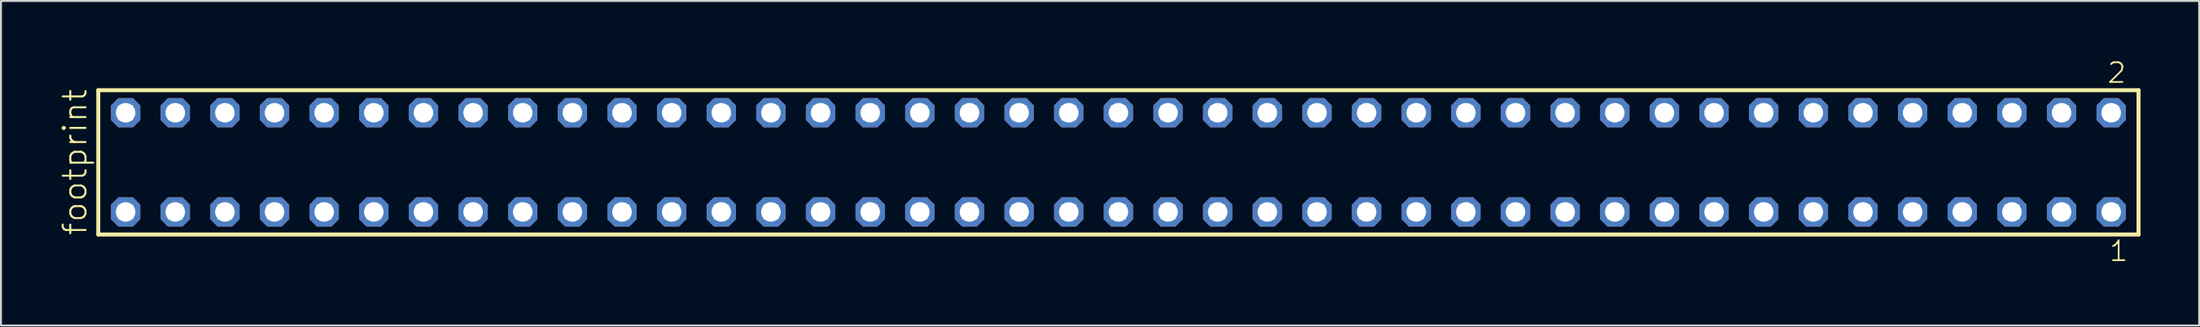
<source format=kicad_pcb>
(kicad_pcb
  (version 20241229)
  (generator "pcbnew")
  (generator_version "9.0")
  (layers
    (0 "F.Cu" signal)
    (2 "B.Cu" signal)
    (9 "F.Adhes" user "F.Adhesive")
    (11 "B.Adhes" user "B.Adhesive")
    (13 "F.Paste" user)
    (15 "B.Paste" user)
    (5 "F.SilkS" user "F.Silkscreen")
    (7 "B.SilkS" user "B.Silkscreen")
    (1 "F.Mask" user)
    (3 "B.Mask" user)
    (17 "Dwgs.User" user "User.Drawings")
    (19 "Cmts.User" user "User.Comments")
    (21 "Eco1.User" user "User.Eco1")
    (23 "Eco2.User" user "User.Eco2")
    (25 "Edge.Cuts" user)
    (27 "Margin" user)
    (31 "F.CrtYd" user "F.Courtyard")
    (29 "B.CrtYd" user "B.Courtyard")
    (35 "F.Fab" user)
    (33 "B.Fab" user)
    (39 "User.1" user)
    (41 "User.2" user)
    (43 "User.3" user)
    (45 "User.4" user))
  (footprint "footprint"
    (layer "F.Cu")
    (at 54.178 5.265)
    (property "Reference" "footprint" (at -52.705 3.81 90) (layer "F.SilkS") (effects (font (size 1.168 1.168) (thickness 0.102)) (justify left bottom)))
    (fp_line (start -52.199 -3.695) (end 52.199 -3.695) (stroke (width 0.203) (type solid)) (layer "F.SilkS"))
    (fp_line (start -52.199 3.695) (end -52.199 -3.695) (stroke (width 0.203) (type solid)) (layer "F.SilkS"))
    (fp_line (start 52.199 -3.695) (end 52.199 3.695) (stroke (width 0.203) (type solid)) (layer "F.SilkS"))
    (fp_line (start 52.199 3.695) (end -52.199 3.695) (stroke (width 0.203) (type solid)) (layer "F.SilkS"))
    (fp_poly (pts (xy -51.15 -2.19) (xy -50.45 -2.19) (xy -50.45 -2.89) (xy -51.15 -2.89)) (stroke (width 0.1) (type solid)) (fill no) (layer "F.Fab"))
    (fp_poly (pts (xy -51.15 2.89) (xy -50.45 2.89) (xy -50.45 2.19) (xy -51.15 2.19)) (stroke (width 0.1) (type solid)) (fill no) (layer "F.Fab"))
    (fp_poly (pts (xy -48.61 -2.19) (xy -47.91 -2.19) (xy -47.91 -2.89) (xy -48.61 -2.89)) (stroke (width 0.1) (type solid)) (fill no) (layer "F.Fab"))
    (fp_poly (pts (xy -48.61 2.89) (xy -47.91 2.89) (xy -47.91 2.19) (xy -48.61 2.19)) (stroke (width 0.1) (type solid)) (fill no) (layer "F.Fab"))
    (fp_poly (pts (xy -46.07 -2.19) (xy -45.37 -2.19) (xy -45.37 -2.89) (xy -46.07 -2.89)) (stroke (width 0.1) (type solid)) (fill no) (layer "F.Fab"))
    (fp_poly (pts (xy -46.07 2.89) (xy -45.37 2.89) (xy -45.37 2.19) (xy -46.07 2.19)) (stroke (width 0.1) (type solid)) (fill no) (layer "F.Fab"))
    (fp_poly (pts (xy -43.53 -2.19) (xy -42.83 -2.19) (xy -42.83 -2.89) (xy -43.53 -2.89)) (stroke (width 0.1) (type solid)) (fill no) (layer "F.Fab"))
    (fp_poly (pts (xy -43.53 2.89) (xy -42.83 2.89) (xy -42.83 2.19) (xy -43.53 2.19)) (stroke (width 0.1) (type solid)) (fill no) (layer "F.Fab"))
    (fp_poly (pts (xy -40.99 -2.19) (xy -40.29 -2.19) (xy -40.29 -2.89) (xy -40.99 -2.89)) (stroke (width 0.1) (type solid)) (fill no) (layer "F.Fab"))
    (fp_poly (pts (xy -40.99 2.89) (xy -40.29 2.89) (xy -40.29 2.19) (xy -40.99 2.19)) (stroke (width 0.1) (type solid)) (fill no) (layer "F.Fab"))
    (fp_poly (pts (xy -38.45 -2.19) (xy -37.75 -2.19) (xy -37.75 -2.89) (xy -38.45 -2.89)) (stroke (width 0.1) (type solid)) (fill no) (layer "F.Fab"))
    (fp_poly (pts (xy -38.45 2.89) (xy -37.75 2.89) (xy -37.75 2.19) (xy -38.45 2.19)) (stroke (width 0.1) (type solid)) (fill no) (layer "F.Fab"))
    (fp_poly (pts (xy -35.91 -2.19) (xy -35.21 -2.19) (xy -35.21 -2.89) (xy -35.91 -2.89)) (stroke (width 0.1) (type solid)) (fill no) (layer "F.Fab"))
    (fp_poly (pts (xy -35.91 2.89) (xy -35.21 2.89) (xy -35.21 2.19) (xy -35.91 2.19)) (stroke (width 0.1) (type solid)) (fill no) (layer "F.Fab"))
    (fp_poly (pts (xy -33.37 -2.19) (xy -32.67 -2.19) (xy -32.67 -2.89) (xy -33.37 -2.89)) (stroke (width 0.1) (type solid)) (fill no) (layer "F.Fab"))
    (fp_poly (pts (xy -33.37 2.89) (xy -32.67 2.89) (xy -32.67 2.19) (xy -33.37 2.19)) (stroke (width 0.1) (type solid)) (fill no) (layer "F.Fab"))
    (fp_poly (pts (xy -30.83 -2.19) (xy -30.13 -2.19) (xy -30.13 -2.89) (xy -30.83 -2.89)) (stroke (width 0.1) (type solid)) (fill no) (layer "F.Fab"))
    (fp_poly (pts (xy -30.83 2.89) (xy -30.13 2.89) (xy -30.13 2.19) (xy -30.83 2.19)) (stroke (width 0.1) (type solid)) (fill no) (layer "F.Fab"))
    (fp_poly (pts (xy -28.29 -2.19) (xy -27.59 -2.19) (xy -27.59 -2.89) (xy -28.29 -2.89)) (stroke (width 0.1) (type solid)) (fill no) (layer "F.Fab"))
    (fp_poly (pts (xy -28.29 2.89) (xy -27.59 2.89) (xy -27.59 2.19) (xy -28.29 2.19)) (stroke (width 0.1) (type solid)) (fill no) (layer "F.Fab"))
    (fp_poly (pts (xy -25.75 -2.19) (xy -25.05 -2.19) (xy -25.05 -2.89) (xy -25.75 -2.89)) (stroke (width 0.1) (type solid)) (fill no) (layer "F.Fab"))
    (fp_poly (pts (xy -25.75 2.89) (xy -25.05 2.89) (xy -25.05 2.19) (xy -25.75 2.19)) (stroke (width 0.1) (type solid)) (fill no) (layer "F.Fab"))
    (fp_poly (pts (xy -23.21 -2.19) (xy -22.51 -2.19) (xy -22.51 -2.89) (xy -23.21 -2.89)) (stroke (width 0.1) (type solid)) (fill no) (layer "F.Fab"))
    (fp_poly (pts (xy -23.21 2.89) (xy -22.51 2.89) (xy -22.51 2.19) (xy -23.21 2.19)) (stroke (width 0.1) (type solid)) (fill no) (layer "F.Fab"))
    (fp_poly (pts (xy -20.67 -2.19) (xy -19.97 -2.19) (xy -19.97 -2.89) (xy -20.67 -2.89)) (stroke (width 0.1) (type solid)) (fill no) (layer "F.Fab"))
    (fp_poly (pts (xy -20.67 2.89) (xy -19.97 2.89) (xy -19.97 2.19) (xy -20.67 2.19)) (stroke (width 0.1) (type solid)) (fill no) (layer "F.Fab"))
    (fp_poly (pts (xy -18.13 -2.19) (xy -17.43 -2.19) (xy -17.43 -2.89) (xy -18.13 -2.89)) (stroke (width 0.1) (type solid)) (fill no) (layer "F.Fab"))
    (fp_poly (pts (xy -18.13 2.89) (xy -17.43 2.89) (xy -17.43 2.19) (xy -18.13 2.19)) (stroke (width 0.1) (type solid)) (fill no) (layer "F.Fab"))
    (fp_poly (pts (xy -15.59 -2.19) (xy -14.89 -2.19) (xy -14.89 -2.89) (xy -15.59 -2.89)) (stroke (width 0.1) (type solid)) (fill no) (layer "F.Fab"))
    (fp_poly (pts (xy -15.59 2.89) (xy -14.89 2.89) (xy -14.89 2.19) (xy -15.59 2.19)) (stroke (width 0.1) (type solid)) (fill no) (layer "F.Fab"))
    (fp_poly (pts (xy -13.05 -2.19) (xy -12.35 -2.19) (xy -12.35 -2.89) (xy -13.05 -2.89)) (stroke (width 0.1) (type solid)) (fill no) (layer "F.Fab"))
    (fp_poly (pts (xy -13.05 2.89) (xy -12.35 2.89) (xy -12.35 2.19) (xy -13.05 2.19)) (stroke (width 0.1) (type solid)) (fill no) (layer "F.Fab"))
    (fp_poly (pts (xy -10.51 -2.19) (xy -9.81 -2.19) (xy -9.81 -2.89) (xy -10.51 -2.89)) (stroke (width 0.1) (type solid)) (fill no) (layer "F.Fab"))
    (fp_poly (pts (xy -10.51 2.89) (xy -9.81 2.89) (xy -9.81 2.19) (xy -10.51 2.19)) (stroke (width 0.1) (type solid)) (fill no) (layer "F.Fab"))
    (fp_poly (pts (xy -7.97 -2.19) (xy -7.27 -2.19) (xy -7.27 -2.89) (xy -7.97 -2.89)) (stroke (width 0.1) (type solid)) (fill no) (layer "F.Fab"))
    (fp_poly (pts (xy -7.97 2.89) (xy -7.27 2.89) (xy -7.27 2.19) (xy -7.97 2.19)) (stroke (width 0.1) (type solid)) (fill no) (layer "F.Fab"))
    (fp_poly (pts (xy -5.43 -2.19) (xy -4.73 -2.19) (xy -4.73 -2.89) (xy -5.43 -2.89)) (stroke (width 0.1) (type solid)) (fill no) (layer "F.Fab"))
    (fp_poly (pts (xy -5.43 2.89) (xy -4.73 2.89) (xy -4.73 2.19) (xy -5.43 2.19)) (stroke (width 0.1) (type solid)) (fill no) (layer "F.Fab"))
    (fp_poly (pts (xy -2.89 -2.19) (xy -2.19 -2.19) (xy -2.19 -2.89) (xy -2.89 -2.89)) (stroke (width 0.1) (type solid)) (fill no) (layer "F.Fab"))
    (fp_poly (pts (xy -2.89 2.89) (xy -2.19 2.89) (xy -2.19 2.19) (xy -2.89 2.19)) (stroke (width 0.1) (type solid)) (fill no) (layer "F.Fab"))
    (fp_poly (pts (xy -0.35 -2.19) (xy 0.35 -2.19) (xy 0.35 -2.89) (xy -0.35 -2.89)) (stroke (width 0.1) (type solid)) (fill no) (layer "F.Fab"))
    (fp_poly (pts (xy -0.35 2.89) (xy 0.35 2.89) (xy 0.35 2.19) (xy -0.35 2.19)) (stroke (width 0.1) (type solid)) (fill no) (layer "F.Fab"))
    (fp_poly (pts (xy 2.19 -2.19) (xy 2.89 -2.19) (xy 2.89 -2.89) (xy 2.19 -2.89)) (stroke (width 0.1) (type solid)) (fill no) (layer "F.Fab"))
    (fp_poly (pts (xy 2.19 2.89) (xy 2.89 2.89) (xy 2.89 2.19) (xy 2.19 2.19)) (stroke (width 0.1) (type solid)) (fill no) (layer "F.Fab"))
    (fp_poly (pts (xy 4.73 -2.19) (xy 5.43 -2.19) (xy 5.43 -2.89) (xy 4.73 -2.89)) (stroke (width 0.1) (type solid)) (fill no) (layer "F.Fab"))
    (fp_poly (pts (xy 4.73 2.89) (xy 5.43 2.89) (xy 5.43 2.19) (xy 4.73 2.19)) (stroke (width 0.1) (type solid)) (fill no) (layer "F.Fab"))
    (fp_poly (pts (xy 7.27 -2.19) (xy 7.97 -2.19) (xy 7.97 -2.89) (xy 7.27 -2.89)) (stroke (width 0.1) (type solid)) (fill no) (layer "F.Fab"))
    (fp_poly (pts (xy 7.27 2.89) (xy 7.97 2.89) (xy 7.97 2.19) (xy 7.27 2.19)) (stroke (width 0.1) (type solid)) (fill no) (layer "F.Fab"))
    (fp_poly (pts (xy 9.81 -2.19) (xy 10.51 -2.19) (xy 10.51 -2.89) (xy 9.81 -2.89)) (stroke (width 0.1) (type solid)) (fill no) (layer "F.Fab"))
    (fp_poly (pts (xy 9.81 2.89) (xy 10.51 2.89) (xy 10.51 2.19) (xy 9.81 2.19)) (stroke (width 0.1) (type solid)) (fill no) (layer "F.Fab"))
    (fp_poly (pts (xy 12.35 -2.19) (xy 13.05 -2.19) (xy 13.05 -2.89) (xy 12.35 -2.89)) (stroke (width 0.1) (type solid)) (fill no) (layer "F.Fab"))
    (fp_poly (pts (xy 12.35 2.89) (xy 13.05 2.89) (xy 13.05 2.19) (xy 12.35 2.19)) (stroke (width 0.1) (type solid)) (fill no) (layer "F.Fab"))
    (fp_poly (pts (xy 14.89 -2.19) (xy 15.59 -2.19) (xy 15.59 -2.89) (xy 14.89 -2.89)) (stroke (width 0.1) (type solid)) (fill no) (layer "F.Fab"))
    (fp_poly (pts (xy 14.89 2.89) (xy 15.59 2.89) (xy 15.59 2.19) (xy 14.89 2.19)) (stroke (width 0.1) (type solid)) (fill no) (layer "F.Fab"))
    (fp_poly (pts (xy 17.43 -2.19) (xy 18.13 -2.19) (xy 18.13 -2.89) (xy 17.43 -2.89)) (stroke (width 0.1) (type solid)) (fill no) (layer "F.Fab"))
    (fp_poly (pts (xy 17.43 2.89) (xy 18.13 2.89) (xy 18.13 2.19) (xy 17.43 2.19)) (stroke (width 0.1) (type solid)) (fill no) (layer "F.Fab"))
    (fp_poly (pts (xy 19.97 -2.19) (xy 20.67 -2.19) (xy 20.67 -2.89) (xy 19.97 -2.89)) (stroke (width 0.1) (type solid)) (fill no) (layer "F.Fab"))
    (fp_poly (pts (xy 19.97 2.89) (xy 20.67 2.89) (xy 20.67 2.19) (xy 19.97 2.19)) (stroke (width 0.1) (type solid)) (fill no) (layer "F.Fab"))
    (fp_poly (pts (xy 22.51 -2.19) (xy 23.21 -2.19) (xy 23.21 -2.89) (xy 22.51 -2.89)) (stroke (width 0.1) (type solid)) (fill no) (layer "F.Fab"))
    (fp_poly (pts (xy 22.51 2.89) (xy 23.21 2.89) (xy 23.21 2.19) (xy 22.51 2.19)) (stroke (width 0.1) (type solid)) (fill no) (layer "F.Fab"))
    (fp_poly (pts (xy 25.05 -2.19) (xy 25.75 -2.19) (xy 25.75 -2.89) (xy 25.05 -2.89)) (stroke (width 0.1) (type solid)) (fill no) (layer "F.Fab"))
    (fp_poly (pts (xy 25.05 2.89) (xy 25.75 2.89) (xy 25.75 2.19) (xy 25.05 2.19)) (stroke (width 0.1) (type solid)) (fill no) (layer "F.Fab"))
    (fp_poly (pts (xy 27.59 -2.19) (xy 28.29 -2.19) (xy 28.29 -2.89) (xy 27.59 -2.89)) (stroke (width 0.1) (type solid)) (fill no) (layer "F.Fab"))
    (fp_poly (pts (xy 27.59 2.89) (xy 28.29 2.89) (xy 28.29 2.19) (xy 27.59 2.19)) (stroke (width 0.1) (type solid)) (fill no) (layer "F.Fab"))
    (fp_poly (pts (xy 30.13 -2.19) (xy 30.83 -2.19) (xy 30.83 -2.89) (xy 30.13 -2.89)) (stroke (width 0.1) (type solid)) (fill no) (layer "F.Fab"))
    (fp_poly (pts (xy 30.13 2.89) (xy 30.83 2.89) (xy 30.83 2.19) (xy 30.13 2.19)) (stroke (width 0.1) (type solid)) (fill no) (layer "F.Fab"))
    (fp_poly (pts (xy 32.67 -2.19) (xy 33.37 -2.19) (xy 33.37 -2.89) (xy 32.67 -2.89)) (stroke (width 0.1) (type solid)) (fill no) (layer "F.Fab"))
    (fp_poly (pts (xy 32.67 2.89) (xy 33.37 2.89) (xy 33.37 2.19) (xy 32.67 2.19)) (stroke (width 0.1) (type solid)) (fill no) (layer "F.Fab"))
    (fp_poly (pts (xy 35.21 -2.19) (xy 35.91 -2.19) (xy 35.91 -2.89) (xy 35.21 -2.89)) (stroke (width 0.1) (type solid)) (fill no) (layer "F.Fab"))
    (fp_poly (pts (xy 35.21 2.89) (xy 35.91 2.89) (xy 35.91 2.19) (xy 35.21 2.19)) (stroke (width 0.1) (type solid)) (fill no) (layer "F.Fab"))
    (fp_poly (pts (xy 37.75 -2.19) (xy 38.45 -2.19) (xy 38.45 -2.89) (xy 37.75 -2.89)) (stroke (width 0.1) (type solid)) (fill no) (layer "F.Fab"))
    (fp_poly (pts (xy 37.75 2.89) (xy 38.45 2.89) (xy 38.45 2.19) (xy 37.75 2.19)) (stroke (width 0.1) (type solid)) (fill no) (layer "F.Fab"))
    (fp_poly (pts (xy 40.29 -2.19) (xy 40.99 -2.19) (xy 40.99 -2.89) (xy 40.29 -2.89)) (stroke (width 0.1) (type solid)) (fill no) (layer "F.Fab"))
    (fp_poly (pts (xy 40.29 2.89) (xy 40.99 2.89) (xy 40.99 2.19) (xy 40.29 2.19)) (stroke (width 0.1) (type solid)) (fill no) (layer "F.Fab"))
    (fp_poly (pts (xy 42.83 -2.19) (xy 43.53 -2.19) (xy 43.53 -2.89) (xy 42.83 -2.89)) (stroke (width 0.1) (type solid)) (fill no) (layer "F.Fab"))
    (fp_poly (pts (xy 42.83 2.89) (xy 43.53 2.89) (xy 43.53 2.19) (xy 42.83 2.19)) (stroke (width 0.1) (type solid)) (fill no) (layer "F.Fab"))
    (fp_poly (pts (xy 45.37 -2.19) (xy 46.07 -2.19) (xy 46.07 -2.89) (xy 45.37 -2.89)) (stroke (width 0.1) (type solid)) (fill no) (layer "F.Fab"))
    (fp_poly (pts (xy 45.37 2.89) (xy 46.07 2.89) (xy 46.07 2.19) (xy 45.37 2.19)) (stroke (width 0.1) (type solid)) (fill no) (layer "F.Fab"))
    (fp_poly (pts (xy 47.91 -2.19) (xy 48.61 -2.19) (xy 48.61 -2.89) (xy 47.91 -2.89)) (stroke (width 0.1) (type solid)) (fill no) (layer "F.Fab"))
    (fp_poly (pts (xy 47.91 2.89) (xy 48.61 2.89) (xy 48.61 2.19) (xy 47.91 2.19)) (stroke (width 0.1) (type solid)) (fill no) (layer "F.Fab"))
    (fp_poly (pts (xy 50.45 -2.19) (xy 51.15 -2.19) (xy 51.15 -2.89) (xy 50.45 -2.89)) (stroke (width 0.1) (type solid)) (fill no) (layer "F.Fab"))
    (fp_poly (pts (xy 50.45 2.89) (xy 51.15 2.89) (xy 51.15 2.19) (xy 50.45 2.19)) (stroke (width 0.1) (type solid)) (fill no) (layer "F.Fab"))
    (fp_text user "2" (at 50.542 -3.989 0) (layer "F.SilkS") (effects (font (size 1.012 1.012) (thickness 0.088)) (justify left bottom)))
    (fp_text user "1" (at 50.642 5.138 0) (layer "F.SilkS") (effects (font (size 1.012 1.012) (thickness 0.088)) (justify left bottom)))
    (pad "1" thru_hole roundrect (at 50.8 2.54 180) (size 1.5 1.5) (drill 1) (layers "*.Cu" "*.Mask") (roundrect_rratio 0.25) (chamfer_ratio 0.25) (chamfer top_left top_right bottom_left bottom_right))
    (pad "2" thru_hole roundrect (at 50.8 -2.54 180) (size 1.5 1.5) (drill 1) (layers "*.Cu" "*.Mask") (roundrect_rratio 0.25) (chamfer_ratio 0.25) (chamfer top_left top_right bottom_left bottom_right))
    (pad "3" thru_hole roundrect (at 48.26 2.54 180) (size 1.5 1.5) (drill 1) (layers "*.Cu" "*.Mask") (roundrect_rratio 0.25) (chamfer_ratio 0.25) (chamfer top_left top_right bottom_left bottom_right))
    (pad "4" thru_hole roundrect (at 48.26 -2.54 180) (size 1.5 1.5) (drill 1) (layers "*.Cu" "*.Mask") (roundrect_rratio 0.25) (chamfer_ratio 0.25) (chamfer top_left top_right bottom_left bottom_right))
    (pad "5" thru_hole roundrect (at 45.72 2.54 180) (size 1.5 1.5) (drill 1) (layers "*.Cu" "*.Mask") (roundrect_rratio 0.25) (chamfer_ratio 0.25) (chamfer top_left top_right bottom_left bottom_right))
    (pad "6" thru_hole roundrect (at 45.72 -2.54 180) (size 1.5 1.5) (drill 1) (layers "*.Cu" "*.Mask") (roundrect_rratio 0.25) (chamfer_ratio 0.25) (chamfer top_left top_right bottom_left bottom_right))
    (pad "7" thru_hole roundrect (at 43.18 2.54 180) (size 1.5 1.5) (drill 1) (layers "*.Cu" "*.Mask") (roundrect_rratio 0.25) (chamfer_ratio 0.25) (chamfer top_left top_right bottom_left bottom_right))
    (pad "8" thru_hole roundrect (at 43.18 -2.54 180) (size 1.5 1.5) (drill 1) (layers "*.Cu" "*.Mask") (roundrect_rratio 0.25) (chamfer_ratio 0.25) (chamfer top_left top_right bottom_left bottom_right))
    (pad "9" thru_hole roundrect (at 40.64 2.54 180) (size 1.5 1.5) (drill 1) (layers "*.Cu" "*.Mask") (roundrect_rratio 0.25) (chamfer_ratio 0.25) (chamfer top_left top_right bottom_left bottom_right))
    (pad "10" thru_hole roundrect (at 40.64 -2.54 180) (size 1.5 1.5) (drill 1) (layers "*.Cu" "*.Mask") (roundrect_rratio 0.25) (chamfer_ratio 0.25) (chamfer top_left top_right bottom_left bottom_right))
    (pad "11" thru_hole roundrect (at 38.1 2.54 180) (size 1.5 1.5) (drill 1) (layers "*.Cu" "*.Mask") (roundrect_rratio 0.25) (chamfer_ratio 0.25) (chamfer top_left top_right bottom_left bottom_right))
    (pad "12" thru_hole roundrect (at 38.1 -2.54 180) (size 1.5 1.5) (drill 1) (layers "*.Cu" "*.Mask") (roundrect_rratio 0.25) (chamfer_ratio 0.25) (chamfer top_left top_right bottom_left bottom_right))
    (pad "13" thru_hole roundrect (at 35.56 2.54 180) (size 1.5 1.5) (drill 1) (layers "*.Cu" "*.Mask") (roundrect_rratio 0.25) (chamfer_ratio 0.25) (chamfer top_left top_right bottom_left bottom_right))
    (pad "14" thru_hole roundrect (at 35.56 -2.54 180) (size 1.5 1.5) (drill 1) (layers "*.Cu" "*.Mask") (roundrect_rratio 0.25) (chamfer_ratio 0.25) (chamfer top_left top_right bottom_left bottom_right))
    (pad "15" thru_hole roundrect (at 33.02 2.54 180) (size 1.5 1.5) (drill 1) (layers "*.Cu" "*.Mask") (roundrect_rratio 0.25) (chamfer_ratio 0.25) (chamfer top_left top_right bottom_left bottom_right))
    (pad "16" thru_hole roundrect (at 33.02 -2.54 180) (size 1.5 1.5) (drill 1) (layers "*.Cu" "*.Mask") (roundrect_rratio 0.25) (chamfer_ratio 0.25) (chamfer top_left top_right bottom_left bottom_right))
    (pad "17" thru_hole roundrect (at 30.48 2.54 180) (size 1.5 1.5) (drill 1) (layers "*.Cu" "*.Mask") (roundrect_rratio 0.25) (chamfer_ratio 0.25) (chamfer top_left top_right bottom_left bottom_right))
    (pad "18" thru_hole roundrect (at 30.48 -2.54 180) (size 1.5 1.5) (drill 1) (layers "*.Cu" "*.Mask") (roundrect_rratio 0.25) (chamfer_ratio 0.25) (chamfer top_left top_right bottom_left bottom_right))
    (pad "19" thru_hole roundrect (at 27.94 2.54 180) (size 1.5 1.5) (drill 1) (layers "*.Cu" "*.Mask") (roundrect_rratio 0.25) (chamfer_ratio 0.25) (chamfer top_left top_right bottom_left bottom_right))
    (pad "20" thru_hole roundrect (at 27.94 -2.54 180) (size 1.5 1.5) (drill 1) (layers "*.Cu" "*.Mask") (roundrect_rratio 0.25) (chamfer_ratio 0.25) (chamfer top_left top_right bottom_left bottom_right))
    (pad "21" thru_hole roundrect (at 25.4 2.54 180) (size 1.5 1.5) (drill 1) (layers "*.Cu" "*.Mask") (roundrect_rratio 0.25) (chamfer_ratio 0.25) (chamfer top_left top_right bottom_left bottom_right))
    (pad "22" thru_hole roundrect (at 25.4 -2.54 180) (size 1.5 1.5) (drill 1) (layers "*.Cu" "*.Mask") (roundrect_rratio 0.25) (chamfer_ratio 0.25) (chamfer top_left top_right bottom_left bottom_right))
    (pad "23" thru_hole roundrect (at 22.86 2.54 180) (size 1.5 1.5) (drill 1) (layers "*.Cu" "*.Mask") (roundrect_rratio 0.25) (chamfer_ratio 0.25) (chamfer top_left top_right bottom_left bottom_right))
    (pad "24" thru_hole roundrect (at 22.86 -2.54 180) (size 1.5 1.5) (drill 1) (layers "*.Cu" "*.Mask") (roundrect_rratio 0.25) (chamfer_ratio 0.25) (chamfer top_left top_right bottom_left bottom_right))
    (pad "25" thru_hole roundrect (at 20.32 2.54 180) (size 1.5 1.5) (drill 1) (layers "*.Cu" "*.Mask") (roundrect_rratio 0.25) (chamfer_ratio 0.25) (chamfer top_left top_right bottom_left bottom_right))
    (pad "26" thru_hole roundrect (at 20.32 -2.54 180) (size 1.5 1.5) (drill 1) (layers "*.Cu" "*.Mask") (roundrect_rratio 0.25) (chamfer_ratio 0.25) (chamfer top_left top_right bottom_left bottom_right))
    (pad "27" thru_hole roundrect (at 17.78 2.54 180) (size 1.5 1.5) (drill 1) (layers "*.Cu" "*.Mask") (roundrect_rratio 0.25) (chamfer_ratio 0.25) (chamfer top_left top_right bottom_left bottom_right))
    (pad "28" thru_hole roundrect (at 17.78 -2.54 180) (size 1.5 1.5) (drill 1) (layers "*.Cu" "*.Mask") (roundrect_rratio 0.25) (chamfer_ratio 0.25) (chamfer top_left top_right bottom_left bottom_right))
    (pad "29" thru_hole roundrect (at 15.24 2.54 180) (size 1.5 1.5) (drill 1) (layers "*.Cu" "*.Mask") (roundrect_rratio 0.25) (chamfer_ratio 0.25) (chamfer top_left top_right bottom_left bottom_right))
    (pad "30" thru_hole roundrect (at 15.24 -2.54 180) (size 1.5 1.5) (drill 1) (layers "*.Cu" "*.Mask") (roundrect_rratio 0.25) (chamfer_ratio 0.25) (chamfer top_left top_right bottom_left bottom_right))
    (pad "31" thru_hole roundrect (at 12.7 2.54 180) (size 1.5 1.5) (drill 1) (layers "*.Cu" "*.Mask") (roundrect_rratio 0.25) (chamfer_ratio 0.25) (chamfer top_left top_right bottom_left bottom_right))
    (pad "32" thru_hole roundrect (at 12.7 -2.54 180) (size 1.5 1.5) (drill 1) (layers "*.Cu" "*.Mask") (roundrect_rratio 0.25) (chamfer_ratio 0.25) (chamfer top_left top_right bottom_left bottom_right))
    (pad "33" thru_hole roundrect (at 10.16 2.54 180) (size 1.5 1.5) (drill 1) (layers "*.Cu" "*.Mask") (roundrect_rratio 0.25) (chamfer_ratio 0.25) (chamfer top_left top_right bottom_left bottom_right))
    (pad "34" thru_hole roundrect (at 10.16 -2.54 180) (size 1.5 1.5) (drill 1) (layers "*.Cu" "*.Mask") (roundrect_rratio 0.25) (chamfer_ratio 0.25) (chamfer top_left top_right bottom_left bottom_right))
    (pad "35" thru_hole roundrect (at 7.62 2.54 180) (size 1.5 1.5) (drill 1) (layers "*.Cu" "*.Mask") (roundrect_rratio 0.25) (chamfer_ratio 0.25) (chamfer top_left top_right bottom_left bottom_right))
    (pad "36" thru_hole roundrect (at 7.62 -2.54 180) (size 1.5 1.5) (drill 1) (layers "*.Cu" "*.Mask") (roundrect_rratio 0.25) (chamfer_ratio 0.25) (chamfer top_left top_right bottom_left bottom_right))
    (pad "37" thru_hole roundrect (at 5.08 2.54 180) (size 1.5 1.5) (drill 1) (layers "*.Cu" "*.Mask") (roundrect_rratio 0.25) (chamfer_ratio 0.25) (chamfer top_left top_right bottom_left bottom_right))
    (pad "38" thru_hole roundrect (at 5.08 -2.54 180) (size 1.5 1.5) (drill 1) (layers "*.Cu" "*.Mask") (roundrect_rratio 0.25) (chamfer_ratio 0.25) (chamfer top_left top_right bottom_left bottom_right))
    (pad "39" thru_hole roundrect (at 2.54 2.54 180) (size 1.5 1.5) (drill 1) (layers "*.Cu" "*.Mask") (roundrect_rratio 0.25) (chamfer_ratio 0.25) (chamfer top_left top_right bottom_left bottom_right))
    (pad "40" thru_hole roundrect (at 2.54 -2.54 180) (size 1.5 1.5) (drill 1) (layers "*.Cu" "*.Mask") (roundrect_rratio 0.25) (chamfer_ratio 0.25) (chamfer top_left top_right bottom_left bottom_right))
    (pad "41" thru_hole roundrect (at 0 2.54 180) (size 1.5 1.5) (drill 1) (layers "*.Cu" "*.Mask") (roundrect_rratio 0.25) (chamfer_ratio 0.25) (chamfer top_left top_right bottom_left bottom_right))
    (pad "42" thru_hole roundrect (at 0 -2.54 180) (size 1.5 1.5) (drill 1) (layers "*.Cu" "*.Mask") (roundrect_rratio 0.25) (chamfer_ratio 0.25) (chamfer top_left top_right bottom_left bottom_right))
    (pad "43" thru_hole roundrect (at -2.54 2.54 180) (size 1.5 1.5) (drill 1) (layers "*.Cu" "*.Mask") (roundrect_rratio 0.25) (chamfer_ratio 0.25) (chamfer top_left top_right bottom_left bottom_right))
    (pad "44" thru_hole roundrect (at -2.54 -2.54 180) (size 1.5 1.5) (drill 1) (layers "*.Cu" "*.Mask") (roundrect_rratio 0.25) (chamfer_ratio 0.25) (chamfer top_left top_right bottom_left bottom_right))
    (pad "45" thru_hole roundrect (at -5.08 2.54 180) (size 1.5 1.5) (drill 1) (layers "*.Cu" "*.Mask") (roundrect_rratio 0.25) (chamfer_ratio 0.25) (chamfer top_left top_right bottom_left bottom_right))
    (pad "46" thru_hole roundrect (at -5.08 -2.54 180) (size 1.5 1.5) (drill 1) (layers "*.Cu" "*.Mask") (roundrect_rratio 0.25) (chamfer_ratio 0.25) (chamfer top_left top_right bottom_left bottom_right))
    (pad "47" thru_hole roundrect (at -7.62 2.54 180) (size 1.5 1.5) (drill 1) (layers "*.Cu" "*.Mask") (roundrect_rratio 0.25) (chamfer_ratio 0.25) (chamfer top_left top_right bottom_left bottom_right))
    (pad "48" thru_hole roundrect (at -7.62 -2.54 180) (size 1.5 1.5) (drill 1) (layers "*.Cu" "*.Mask") (roundrect_rratio 0.25) (chamfer_ratio 0.25) (chamfer top_left top_right bottom_left bottom_right))
    (pad "49" thru_hole roundrect (at -10.16 2.54 180) (size 1.5 1.5) (drill 1) (layers "*.Cu" "*.Mask") (roundrect_rratio 0.25) (chamfer_ratio 0.25) (chamfer top_left top_right bottom_left bottom_right))
    (pad "50" thru_hole roundrect (at -10.16 -2.54 180) (size 1.5 1.5) (drill 1) (layers "*.Cu" "*.Mask") (roundrect_rratio 0.25) (chamfer_ratio 0.25) (chamfer top_left top_right bottom_left bottom_right))
    (pad "51" thru_hole roundrect (at -12.7 2.54 180) (size 1.5 1.5) (drill 1) (layers "*.Cu" "*.Mask") (roundrect_rratio 0.25) (chamfer_ratio 0.25) (chamfer top_left top_right bottom_left bottom_right))
    (pad "52" thru_hole roundrect (at -12.7 -2.54 180) (size 1.5 1.5) (drill 1) (layers "*.Cu" "*.Mask") (roundrect_rratio 0.25) (chamfer_ratio 0.25) (chamfer top_left top_right bottom_left bottom_right))
    (pad "53" thru_hole roundrect (at -15.24 2.54 180) (size 1.5 1.5) (drill 1) (layers "*.Cu" "*.Mask") (roundrect_rratio 0.25) (chamfer_ratio 0.25) (chamfer top_left top_right bottom_left bottom_right))
    (pad "54" thru_hole roundrect (at -15.24 -2.54 180) (size 1.5 1.5) (drill 1) (layers "*.Cu" "*.Mask") (roundrect_rratio 0.25) (chamfer_ratio 0.25) (chamfer top_left top_right bottom_left bottom_right))
    (pad "55" thru_hole roundrect (at -17.78 2.54 180) (size 1.5 1.5) (drill 1) (layers "*.Cu" "*.Mask") (roundrect_rratio 0.25) (chamfer_ratio 0.25) (chamfer top_left top_right bottom_left bottom_right))
    (pad "56" thru_hole roundrect (at -17.78 -2.54 180) (size 1.5 1.5) (drill 1) (layers "*.Cu" "*.Mask") (roundrect_rratio 0.25) (chamfer_ratio 0.25) (chamfer top_left top_right bottom_left bottom_right))
    (pad "57" thru_hole roundrect (at -20.32 2.54 180) (size 1.5 1.5) (drill 1) (layers "*.Cu" "*.Mask") (roundrect_rratio 0.25) (chamfer_ratio 0.25) (chamfer top_left top_right bottom_left bottom_right))
    (pad "58" thru_hole roundrect (at -20.32 -2.54 180) (size 1.5 1.5) (drill 1) (layers "*.Cu" "*.Mask") (roundrect_rratio 0.25) (chamfer_ratio 0.25) (chamfer top_left top_right bottom_left bottom_right))
    (pad "59" thru_hole roundrect (at -22.86 2.54 180) (size 1.5 1.5) (drill 1) (layers "*.Cu" "*.Mask") (roundrect_rratio 0.25) (chamfer_ratio 0.25) (chamfer top_left top_right bottom_left bottom_right))
    (pad "60" thru_hole roundrect (at -22.86 -2.54 180) (size 1.5 1.5) (drill 1) (layers "*.Cu" "*.Mask") (roundrect_rratio 0.25) (chamfer_ratio 0.25) (chamfer top_left top_right bottom_left bottom_right))
    (pad "61" thru_hole roundrect (at -25.4 2.54 180) (size 1.5 1.5) (drill 1) (layers "*.Cu" "*.Mask") (roundrect_rratio 0.25) (chamfer_ratio 0.25) (chamfer top_left top_right bottom_left bottom_right))
    (pad "62" thru_hole roundrect (at -25.4 -2.54 180) (size 1.5 1.5) (drill 1) (layers "*.Cu" "*.Mask") (roundrect_rratio 0.25) (chamfer_ratio 0.25) (chamfer top_left top_right bottom_left bottom_right))
    (pad "63" thru_hole roundrect (at -27.94 2.54 180) (size 1.5 1.5) (drill 1) (layers "*.Cu" "*.Mask") (roundrect_rratio 0.25) (chamfer_ratio 0.25) (chamfer top_left top_right bottom_left bottom_right))
    (pad "64" thru_hole roundrect (at -27.94 -2.54 180) (size 1.5 1.5) (drill 1) (layers "*.Cu" "*.Mask") (roundrect_rratio 0.25) (chamfer_ratio 0.25) (chamfer top_left top_right bottom_left bottom_right))
    (pad "65" thru_hole roundrect (at -30.48 2.54 180) (size 1.5 1.5) (drill 1) (layers "*.Cu" "*.Mask") (roundrect_rratio 0.25) (chamfer_ratio 0.25) (chamfer top_left top_right bottom_left bottom_right))
    (pad "66" thru_hole roundrect (at -30.48 -2.54 180) (size 1.5 1.5) (drill 1) (layers "*.Cu" "*.Mask") (roundrect_rratio 0.25) (chamfer_ratio 0.25) (chamfer top_left top_right bottom_left bottom_right))
    (pad "67" thru_hole roundrect (at -33.02 2.54 180) (size 1.5 1.5) (drill 1) (layers "*.Cu" "*.Mask") (roundrect_rratio 0.25) (chamfer_ratio 0.25) (chamfer top_left top_right bottom_left bottom_right))
    (pad "68" thru_hole roundrect (at -33.02 -2.54 180) (size 1.5 1.5) (drill 1) (layers "*.Cu" "*.Mask") (roundrect_rratio 0.25) (chamfer_ratio 0.25) (chamfer top_left top_right bottom_left bottom_right))
    (pad "69" thru_hole roundrect (at -35.56 2.54 180) (size 1.5 1.5) (drill 1) (layers "*.Cu" "*.Mask") (roundrect_rratio 0.25) (chamfer_ratio 0.25) (chamfer top_left top_right bottom_left bottom_right))
    (pad "70" thru_hole roundrect (at -35.56 -2.54 180) (size 1.5 1.5) (drill 1) (layers "*.Cu" "*.Mask") (roundrect_rratio 0.25) (chamfer_ratio 0.25) (chamfer top_left top_right bottom_left bottom_right))
    (pad "71" thru_hole roundrect (at -38.1 2.54 180) (size 1.5 1.5) (drill 1) (layers "*.Cu" "*.Mask") (roundrect_rratio 0.25) (chamfer_ratio 0.25) (chamfer top_left top_right bottom_left bottom_right))
    (pad "72" thru_hole roundrect (at -38.1 -2.54 180) (size 1.5 1.5) (drill 1) (layers "*.Cu" "*.Mask") (roundrect_rratio 0.25) (chamfer_ratio 0.25) (chamfer top_left top_right bottom_left bottom_right))
    (pad "73" thru_hole roundrect (at -40.64 2.54 180) (size 1.5 1.5) (drill 1) (layers "*.Cu" "*.Mask") (roundrect_rratio 0.25) (chamfer_ratio 0.25) (chamfer top_left top_right bottom_left bottom_right))
    (pad "74" thru_hole roundrect (at -40.64 -2.54 180) (size 1.5 1.5) (drill 1) (layers "*.Cu" "*.Mask") (roundrect_rratio 0.25) (chamfer_ratio 0.25) (chamfer top_left top_right bottom_left bottom_right))
    (pad "75" thru_hole roundrect (at -43.18 2.54 180) (size 1.5 1.5) (drill 1) (layers "*.Cu" "*.Mask") (roundrect_rratio 0.25) (chamfer_ratio 0.25) (chamfer top_left top_right bottom_left bottom_right))
    (pad "76" thru_hole roundrect (at -43.18 -2.54 180) (size 1.5 1.5) (drill 1) (layers "*.Cu" "*.Mask") (roundrect_rratio 0.25) (chamfer_ratio 0.25) (chamfer top_left top_right bottom_left bottom_right))
    (pad "77" thru_hole roundrect (at -45.72 2.54 180) (size 1.5 1.5) (drill 1) (layers "*.Cu" "*.Mask") (roundrect_rratio 0.25) (chamfer_ratio 0.25) (chamfer top_left top_right bottom_left bottom_right))
    (pad "78" thru_hole roundrect (at -45.72 -2.54 180) (size 1.5 1.5) (drill 1) (layers "*.Cu" "*.Mask") (roundrect_rratio 0.25) (chamfer_ratio 0.25) (chamfer top_left top_right bottom_left bottom_right))
    (pad "79" thru_hole roundrect (at -48.26 2.54 180) (size 1.5 1.5) (drill 1) (layers "*.Cu" "*.Mask") (roundrect_rratio 0.25) (chamfer_ratio 0.25) (chamfer top_left top_right bottom_left bottom_right))
    (pad "80" thru_hole roundrect (at -48.26 -2.54 180) (size 1.5 1.5) (drill 1) (layers "*.Cu" "*.Mask") (roundrect_rratio 0.25) (chamfer_ratio 0.25) (chamfer top_left top_right bottom_left bottom_right))
    (pad "81" thru_hole roundrect (at -50.8 2.54 180) (size 1.5 1.5) (drill 1) (layers "*.Cu" "*.Mask") (roundrect_rratio 0.25) (chamfer_ratio 0.25) (chamfer top_left top_right bottom_left bottom_right))
    (pad "82" thru_hole roundrect (at -50.8 -2.54 180) (size 1.5 1.5) (drill 1) (layers "*.Cu" "*.Mask") (roundrect_rratio 0.25) (chamfer_ratio 0.25) (chamfer top_left top_right bottom_left bottom_right)))
  (gr_rect
    (start -3 -3)
    (end 109.479 13.62)
    (stroke (width 0.1) (type default))
    (fill no)
    (layer "Edge.Cuts")))
</source>
